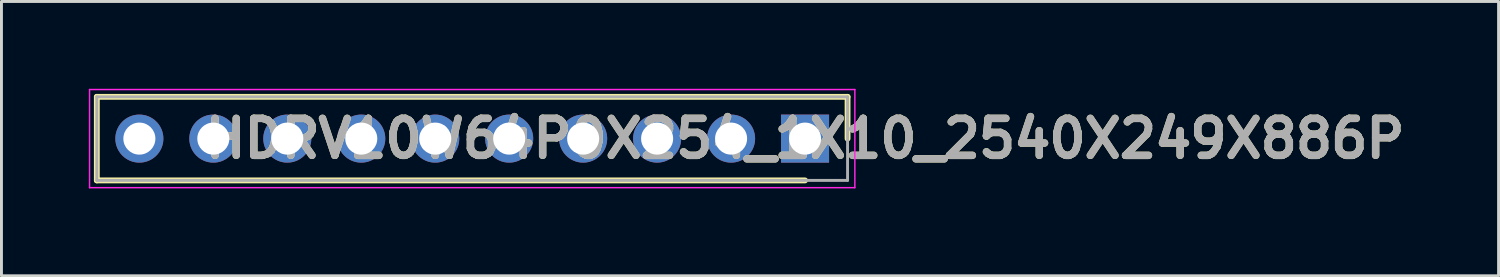
<source format=kicad_pcb>
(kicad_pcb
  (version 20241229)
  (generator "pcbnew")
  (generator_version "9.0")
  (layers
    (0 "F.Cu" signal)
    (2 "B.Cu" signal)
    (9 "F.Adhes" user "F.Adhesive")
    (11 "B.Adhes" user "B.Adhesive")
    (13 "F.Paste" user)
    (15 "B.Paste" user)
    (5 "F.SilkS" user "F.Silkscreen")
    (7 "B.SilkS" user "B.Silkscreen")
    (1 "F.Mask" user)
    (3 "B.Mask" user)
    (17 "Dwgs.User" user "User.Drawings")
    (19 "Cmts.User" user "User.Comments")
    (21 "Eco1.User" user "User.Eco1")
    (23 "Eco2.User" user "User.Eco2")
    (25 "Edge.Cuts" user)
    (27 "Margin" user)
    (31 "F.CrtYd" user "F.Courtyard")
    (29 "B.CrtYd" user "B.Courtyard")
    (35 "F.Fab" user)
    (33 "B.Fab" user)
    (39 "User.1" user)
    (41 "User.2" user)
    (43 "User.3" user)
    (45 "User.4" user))
  (footprint "HDRV10W64P0X254_1X10_2540X249X886P"
    (layer "F.Cu")
    (at 24.596 1.71)
    (property "Reference" "HDRV10W64P0X254_1X10_2540X249X886P" (at 0 0 0) (layer "F.SilkS") (effects (font (size 1.27 1.27) (thickness 0.254))))
    (attr through_hole)
    (fp_line (start -24.321 -1.435) (end 1.46 -1.435) (stroke (width 0.2) (type solid)) (layer "F.SilkS"))
    (fp_line (start -24.321 1.435) (end -24.321 -1.435) (stroke (width 0.2) (type solid)) (layer "F.SilkS"))
    (fp_line (start 0 1.435) (end -24.321 1.435) (stroke (width 0.2) (type solid)) (layer "F.SilkS"))
    (fp_line (start 1.46 -1.435) (end 1.46 0) (stroke (width 0.2) (type solid)) (layer "F.SilkS"))
    (fp_line (start -24.571 -1.685) (end 1.71 -1.685) (stroke (width 0.05) (type solid)) (layer "F.CrtYd"))
    (fp_line (start -24.571 1.685) (end -24.571 -1.685) (stroke (width 0.05) (type solid)) (layer "F.CrtYd"))
    (fp_line (start 1.71 -1.685) (end 1.71 1.685) (stroke (width 0.05) (type solid)) (layer "F.CrtYd"))
    (fp_line (start 1.71 1.685) (end -24.571 1.685) (stroke (width 0.05) (type solid)) (layer "F.CrtYd"))
    (fp_line (start -24.321 -1.435) (end 1.46 -1.435) (stroke (width 0.1) (type solid)) (layer "F.Fab"))
    (fp_line (start -24.321 1.435) (end -24.321 -1.435) (stroke (width 0.1) (type solid)) (layer "F.Fab"))
    (fp_line (start 1.46 -1.435) (end 1.46 1.435) (stroke (width 0.1) (type solid)) (layer "F.Fab"))
    (fp_line (start 1.46 1.435) (end -24.321 1.435) (stroke (width 0.1) (type solid)) (layer "F.Fab"))
    (fp_text user "${REFERENCE}" (at 0 0 0) (layer "F.Fab") (effects (font (size 1.27 1.27) (thickness 0.254))))
    (pad "1" thru_hole rect (at 0 0) (size 1.65 1.65) (drill 1.1) (layers "*.Cu" "*.Mask"))
    (pad "2" thru_hole circle (at -2.54 0) (size 1.65 1.65) (drill 1.1) (layers "*.Cu" "*.Mask"))
    (pad "3" thru_hole circle (at -5.08 0) (size 1.65 1.65) (drill 1.1) (layers "*.Cu" "*.Mask"))
    (pad "4" thru_hole circle (at -7.62 0) (size 1.65 1.65) (drill 1.1) (layers "*.Cu" "*.Mask"))
    (pad "5" thru_hole circle (at -10.16 0) (size 1.65 1.65) (drill 1.1) (layers "*.Cu" "*.Mask"))
    (pad "6" thru_hole circle (at -12.7 0) (size 1.65 1.65) (drill 1.1) (layers "*.Cu" "*.Mask"))
    (pad "7" thru_hole circle (at -15.24 0) (size 1.65 1.65) (drill 1.1) (layers "*.Cu" "*.Mask"))
    (pad "8" thru_hole circle (at -17.78 0) (size 1.65 1.65) (drill 1.1) (layers "*.Cu" "*.Mask"))
    (pad "9" thru_hole circle (at -20.32 0) (size 1.65 1.65) (drill 1.1) (layers "*.Cu" "*.Mask"))
    (pad "10" thru_hole circle (at -22.86 0) (size 1.65 1.65) (drill 1.1) (layers "*.Cu" "*.Mask")))
  (gr_rect
    (start -3 -3)
    (end 48.412 6.42)
    (stroke (width 0.1) (type default))
    (fill no)
    (layer "Edge.Cuts")))
</source>
